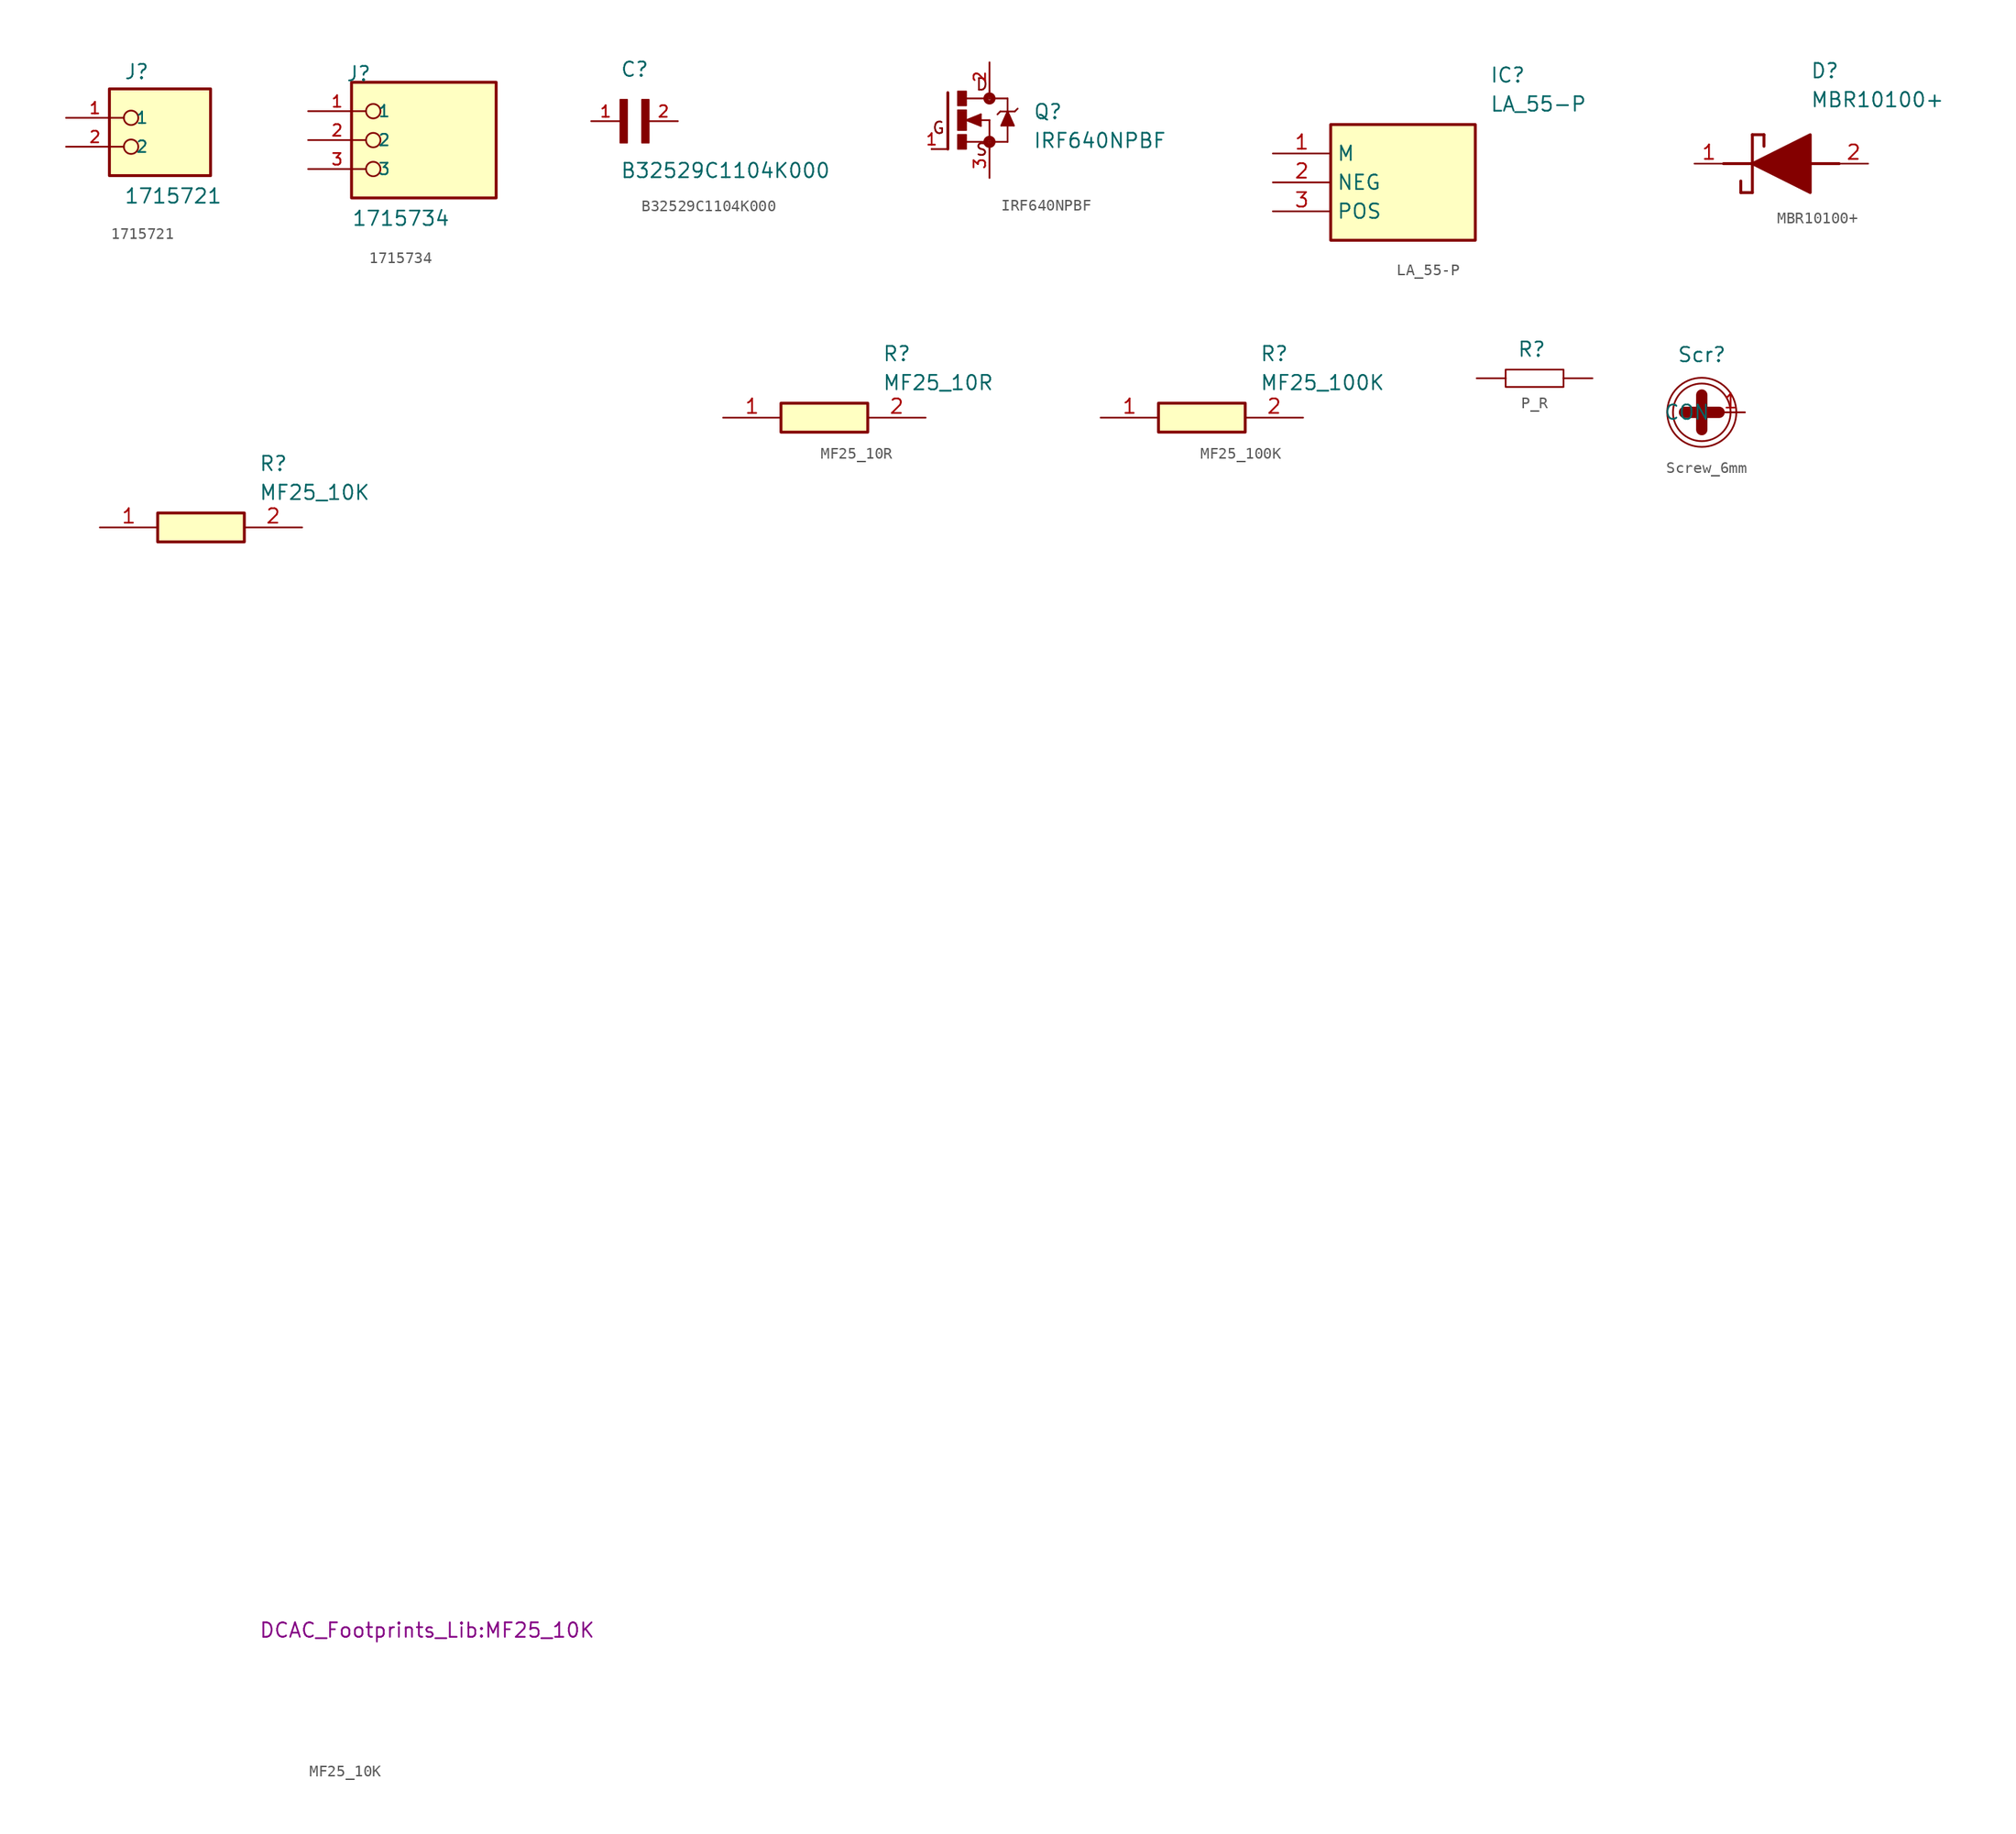
<source format=kicad_sym>
(kicad_symbol_lib
  (version 20231120)
  (generator "kicad_symbol_editor")
  (generator_version "8.0")
  (symbol "1715721"
    (pin_names
      (offset 1.016))
    (property "Reference" "J"
      (at -2.54 3.302 0)
      (effects (font (size 1.27 1.27)) (justify left bottom)))
    (property "Value" "1715721"
      (at -2.54 -7.62 0)
      (effects (font (size 1.27 1.27)) (justify left bottom)))
    (symbol "1715721_0_0"
      (rectangle (start -3.81 -5.08) (end 5.08 2.54) (stroke (width 0.254) (type default)) (fill (type background)))
      (circle (center -1.905 -2.54) (radius 0.635) (stroke (width 0.152) (type default)) (fill (type none)))
      (circle (center -1.905 0) (radius 0.635) (stroke (width 0.152) (type default)) (fill (type none)))
      (pin passive line (at -7.62 0 0) (length 5.08) (name "1" (effects (font (size 1.016 1.016)))) (number "1" (effects (font (size 1.016 1.016)))))
      (pin passive line (at -7.62 -2.54 0) (length 5.08) (name "2" (effects (font (size 1.016 1.016)))) (number "2" (effects (font (size 1.016 1.016)))))))
  (symbol "1715734"
    (pin_names
      (offset 1.016))
    (property "Reference" "J"
      (at -6.85 5.08 0)
      (effects (font (size 1.27 1.27)) (justify left bottom)))
    (property "Value" "1715734"
      (at -6.35 -7.62 0)
      (effects (font (size 1.27 1.27)) (justify left bottom)))
    (symbol "1715734_0_0"
      (rectangle (start -6.35 -5.08) (end 6.35 5.08) (stroke (width 0.254) (type default)) (fill (type background)))
      (circle (center -4.445 -2.54) (radius 0.635) (stroke (width 0.152) (type default)) (fill (type none)))
      (circle (center -4.445 0) (radius 0.635) (stroke (width 0.152) (type default)) (fill (type none)))
      (circle (center -4.445 2.54) (radius 0.635) (stroke (width 0.152) (type default)) (fill (type none)))
      (pin passive line (at -10.16 2.54 0) (length 5.08) (name "1" (effects (font (size 1.016 1.016)))) (number "1" (effects (font (size 1.016 1.016)))))
      (pin passive line (at -10.16 0 0) (length 5.08) (name "2" (effects (font (size 1.016 1.016)))) (number "2" (effects (font (size 1.016 1.016)))))
      (pin passive line (at -10.16 -2.54 0) (length 5.08) (name "3" (effects (font (size 1.016 1.016)))) (number "3" (effects (font (size 1.016 1.016)))))))
  (symbol "B32529C1104K000"
    (pin_names
      (offset 1.016))
    (property "Reference" "C"
      (at 0 3.811 0)
      (effects (font (size 1.27 1.27)) (justify left bottom)))
    (property "Value" "B32529C1104K000"
      (at 0 -5.088 0)
      (effects (font (size 1.27 1.27)) (justify left bottom)))
    (symbol "B32529C1104K000_0_0"
      (rectangle (start 0 -1.907) (end 0.635 1.905) (stroke (width 0.1) (type default)) (fill (type outline)))
      (rectangle (start 1.907 -1.907) (end 2.54 1.905) (stroke (width 0.1) (type default)) (fill (type outline)))
      (pin passive line (at -2.54 0 0) (length 2.54) (name "~" (effects (font (size 1.016 1.016)))) (number "1" (effects (font (size 1.016 1.016)))))
      (pin passive line (at 5.08 0 180) (length 2.54) (name "~" (effects (font (size 1.016 1.016)))) (number "2" (effects (font (size 1.016 1.016)))))))
  (symbol "IRF640NPBF"
    (pin_names
      (offset 1.016))
    (property "Reference" "Q"
      (at 6.361 0 0)
      (effects (font (size 1.27 1.27)) (justify left bottom)))
    (property "Value" "IRF640NPBF"
      (at 6.351 -2.54 0)
      (effects (font (size 1.27 1.27)) (justify left bottom)))
    (symbol "IRF640NPBF_0_0"
      (rectangle (start -0.254 -2.542) (end 0.508 -1.27) (stroke (width 0.1) (type default)) (fill (type outline)))
      (rectangle (start -0.254 -0.89) (end 0.508 0.889) (stroke (width 0.1) (type default)) (fill (type outline)))
      (rectangle (start -0.254 1.272) (end 0.508 2.54) (stroke (width 0.1) (type default)) (fill (type outline)))
      (polyline (pts (xy -1.118 -2.54) (xy -2.54 -2.54)) (stroke (width 0.152) (type default)) (fill (type none)))
      (polyline (pts (xy -1.118 2.413) (xy -1.118 -2.54)) (stroke (width 0.254) (type default)) (fill (type none)))
      (polyline (pts (xy 0.508 -1.905) (xy 2.54 -1.905)) (stroke (width 0.152) (type default)) (fill (type none)))
      (polyline (pts (xy 0.508 0) (xy 1.778 -0.508)) (stroke (width 0.152) (type default)) (fill (type none)))
      (polyline (pts (xy 0.762 0) (xy 1.651 -0.254)) (stroke (width 0.305) (type default)) (fill (type none)))
      (polyline (pts (xy 1.651 -0.254) (xy 1.651 0)) (stroke (width 0.305) (type default)) (fill (type none)))
      (polyline (pts (xy 1.651 0) (xy 1.397 0)) (stroke (width 0.305) (type default)) (fill (type none)))
      (polyline (pts (xy 1.651 0) (xy 2.54 0)) (stroke (width 0.152) (type default)) (fill (type none)))
      (polyline (pts (xy 1.651 0.254) (xy 0.762 0)) (stroke (width 0.305) (type default)) (fill (type none)))
      (polyline (pts (xy 1.778 -0.508) (xy 1.778 0.508)) (stroke (width 0.152) (type default)) (fill (type none)))
      (polyline (pts (xy 1.778 0.508) (xy 0.508 0)) (stroke (width 0.152) (type default)) (fill (type none)))
      (polyline (pts (xy 2.54 -1.905) (xy 2.54 -2.54)) (stroke (width 0.152) (type default)) (fill (type none)))
      (polyline (pts (xy 2.54 0) (xy 2.54 -1.905)) (stroke (width 0.152) (type default)) (fill (type none)))
      (polyline (pts (xy 2.54 1.905) (xy 0.533 1.905)) (stroke (width 0.152) (type default)) (fill (type none)))
      (polyline (pts (xy 2.54 1.905) (xy 4.128 1.905)) (stroke (width 0.152) (type default)) (fill (type none)))
      (polyline (pts (xy 2.54 2.54) (xy 2.54 1.905)) (stroke (width 0.152) (type default)) (fill (type none)))
      (polyline (pts (xy 3.493 0.762) (xy 3.239 0.508)) (stroke (width 0.152) (type default)) (fill (type none)))
      (polyline (pts (xy 3.493 0.762) (xy 4.128 0.762)) (stroke (width 0.152) (type default)) (fill (type none)))
      (polyline (pts (xy 3.572 -0.476) (xy 4.128 -0.476)) (stroke (width 0.152) (type default)) (fill (type none)))
      (polyline (pts (xy 4.128 -1.905) (xy 2.54 -1.905)) (stroke (width 0.152) (type default)) (fill (type none)))
      (polyline (pts (xy 4.128 -0.476) (xy 4.128 -1.905)) (stroke (width 0.152) (type default)) (fill (type none)))
      (polyline (pts (xy 4.128 -0.476) (xy 4.683 -0.476)) (stroke (width 0.152) (type default)) (fill (type none)))
      (polyline (pts (xy 4.128 0.762) (xy 3.572 -0.476)) (stroke (width 0.152) (type default)) (fill (type none)))
      (polyline (pts (xy 4.128 0.762) (xy 4.763 0.762)) (stroke (width 0.152) (type default)) (fill (type none)))
      (polyline (pts (xy 4.128 1.905) (xy 4.128 0.762)) (stroke (width 0.152) (type default)) (fill (type none)))
      (polyline (pts (xy 4.683 -0.476) (xy 4.128 0.762)) (stroke (width 0.152) (type default)) (fill (type none)))
      (polyline (pts (xy 4.763 0.762) (xy 5.016 1.016)) (stroke (width 0.152) (type default)) (fill (type none)))
      (polyline (pts (xy 4.128 0.635) (xy 3.651 -0.397) (xy 4.604 -0.397) (xy 4.128 0.635)) (stroke (width 0.152) (type default)) (fill (type outline)))
      (circle (center 2.54 -1.905) (radius 0.127) (stroke (width 0.406) (type default)) (fill (type none)))
      (circle (center 2.54 1.905) (radius 0.127) (stroke (width 0.406) (type default)) (fill (type none)))
      (text "D" (at 1.271 2.543 0) (effects (font (size 1.017 1.017)) (justify left bottom)))
      (text "G" (at -2.543 -1.272 0) (effects (font (size 1.017 1.017)) (justify left bottom)))
      (text "S" (at 1.272 -3.181 0) (effects (font (size 1.018 1.018)) (justify left bottom)))
      (pin passive line (at -2.54 -2.54 0) (length 0) (name "~" (effects (font (size 1.016 1.016)))) (number "1" (effects (font (size 1.016 1.016)))))
      (pin passive line (at 2.54 5.08 270) (length 2.54) (name "~" (effects (font (size 1.016 1.016)))) (number "2" (effects (font (size 1.016 1.016)))))
      (pin passive line (at 2.54 -5.08 90) (length 2.54) (name "~" (effects (font (size 1.016 1.016)))) (number "3" (effects (font (size 1.016 1.016)))))))
  (symbol "LA_55-P"
    (property "Reference" "IC"
      (at 19.05 7.62 0)
      (effects (font (size 1.27 1.27)) (justify left top)))
    (property "Value" "LA_55-P"
      (at 19.05 5.08 0)
      (effects (font (size 1.27 1.27)) (justify left top)))
    (symbol "LA_55-P_1_1"
      (rectangle (start 5.08 2.54) (end 17.78 -7.62) (stroke (width 0.254) (type default)) (fill (type background)))
      (pin passive line (at 0 0 0) (length 5.08) (name "M" (effects (font (size 1.27 1.27)))) (number "1" (effects (font (size 1.27 1.27)))))
      (pin passive line (at 0 -2.54 0) (length 5.08) (name "NEG" (effects (font (size 1.27 1.27)))) (number "2" (effects (font (size 1.27 1.27)))))
      (pin passive line (at 0 -5.08 0) (length 5.08) (name "POS" (effects (font (size 1.27 1.27)))) (number "3" (effects (font (size 1.27 1.27)))))))
  (symbol "MBR10100+"
    (pin_names hide)
    (property "Reference" "D"
      (at 2.54 8.89 0)
      (effects (font (size 1.27 1.27)) (justify left top)))
    (property "Value" "MBR10100+"
      (at 2.54 6.35 0)
      (effects (font (size 1.27 1.27)) (justify left top)))
    (symbol "MBR10100+_1_1"
      (polyline (pts (xy -5.08 0) (xy -2.54 0)) (stroke (width 0.254) (type default)) (fill (type none)))
      (polyline (pts (xy -3.556 -1.524) (xy -3.556 -2.54)) (stroke (width 0.254) (type default)) (fill (type none)))
      (polyline (pts (xy -2.54 -2.54) (xy -3.556 -2.54)) (stroke (width 0.254) (type default)) (fill (type none)))
      (polyline (pts (xy -2.54 2.54) (xy -2.54 -2.54)) (stroke (width 0.254) (type default)) (fill (type none)))
      (polyline (pts (xy -2.54 2.54) (xy -1.524 2.54)) (stroke (width 0.254) (type default)) (fill (type none)))
      (polyline (pts (xy -1.524 1.524) (xy -1.524 2.54)) (stroke (width 0.254) (type default)) (fill (type none)))
      (polyline (pts (xy 2.54 0) (xy 5.08 0)) (stroke (width 0.254) (type default)) (fill (type none)))
      (polyline (pts (xy -2.54 0) (xy 2.54 2.54) (xy 2.54 -2.54) (xy -2.54 0)) (stroke (width 0.254) (type default)) (fill (type outline)))
      (pin passive line (at -7.62 0 0) (length 2.54) (name "K" (effects (font (size 1.27 1.27)))) (number "1" (effects (font (size 1.27 1.27)))))
      (pin passive line (at 7.62 0 180) (length 2.54) (name "A" (effects (font (size 1.27 1.27)))) (number "2" (effects (font (size 1.27 1.27)))))))
  (symbol "MF25_10K"
    (pin_names hide)
    (property "Reference" "R"
      (at 13.97 6.35 0)
      (effects (font (size 1.27 1.27)) (justify left top)))
    (property "Value" "MF25_10K"
      (at 13.97 3.81 0)
      (effects (font (size 1.27 1.27)) (justify left top)))
    (property "Footprint" "DCAC_Footprints_Lib:MF25_10K"
      (at 13.97 -96.19 0)
      (effects (font (size 1.27 1.27)) (justify left top)))
    (symbol "MF25_10K_1_1"
      (rectangle (start 5.08 1.27) (end 12.7 -1.27) (stroke (width 0.254) (type default)) (fill (type background)))
      (pin passive line (at 0 0 0) (length 5.08) (name "1" (effects (font (size 1.27 1.27)))) (number "1" (effects (font (size 1.27 1.27)))))
      (pin passive line (at 17.78 0 180) (length 5.08) (name "2" (effects (font (size 1.27 1.27)))) (number "2" (effects (font (size 1.27 1.27)))))))
  (symbol "MF25_10R"
    (pin_names hide)
    (property "Reference" "R"
      (at 13.97 6.35 0)
      (effects (font (size 1.27 1.27)) (justify left top)))
    (property "Value" "MF25_10R"
      (at 13.97 3.81 0)
      (effects (font (size 1.27 1.27)) (justify left top)))
    (symbol "MF25_10R_1_1"
      (rectangle (start 5.08 1.27) (end 12.7 -1.27) (stroke (width 0.254) (type default)) (fill (type background)))
      (pin passive line (at 0 0 0) (length 5.08) (name "1" (effects (font (size 1.27 1.27)))) (number "1" (effects (font (size 1.27 1.27)))))
      (pin passive line (at 17.78 0 180) (length 5.08) (name "2" (effects (font (size 1.27 1.27)))) (number "2" (effects (font (size 1.27 1.27)))))))
  (symbol "MF25_100K"
    (pin_names hide)
    (property "Reference" "R"
      (at 13.97 6.35 0)
      (effects (font (size 1.27 1.27)) (justify left top)))
    (property "Value" "MF25_100K"
      (at 13.97 3.81 0)
      (effects (font (size 1.27 1.27)) (justify left top)))
    (symbol "MF25_100K_1_1"
      (rectangle (start 5.08 1.27) (end 12.7 -1.27) (stroke (width 0.254) (type default)) (fill (type background)))
      (pin passive line (at 0 0 0) (length 5.08) (name "1" (effects (font (size 1.27 1.27)))) (number "1" (effects (font (size 1.27 1.27)))))
      (pin passive line (at 17.78 0 180) (length 5.08) (name "2" (effects (font (size 1.27 1.27)))) (number "2" (effects (font (size 1.27 1.27)))))))
  (symbol "P_R"
    (property "Reference" "R"
      (at -0.254 2.54 0)
      (effects (font (size 1.27 1.27))))
    (property "Value" ""
      (at 0 0 0)
      (effects (font (size 1.27 1.27))))
    (symbol "P_R_0_1"
      (rectangle (start -2.54 0.762) (end 2.54 -0.762) (stroke (width 0) (type default)) (fill (type none))))
    (symbol "P_R_1_1"
      (pin passive line (at -5.08 0 0) (length 2.54) (name "" (effects (font (size 1.27 1.27)))) (number "" (effects (font (size 1.27 1.27)))))
      (pin passive line (at 5.08 0 180) (length 2.54) (name "" (effects (font (size 1.27 1.27)))) (number "" (effects (font (size 1.27 1.27)))))))
  (symbol "Screw_6mm"
    (property "Reference" "Scr"
      (at 0 5.08 0)
      (effects (font (size 1.27 1.27))))
    (property "Value" ""
      (at 0 0 0)
      (effects (font (size 1.27 1.27))))
    (symbol "Screw_6mm_0_1"
      (polyline (pts (xy -1.524 0) (xy 1.524 0)) (stroke (width 1) (type default)) (fill (type none)))
      (polyline (pts (xy 0 1.524) (xy 0 -1.524)) (stroke (width 1) (type default)) (fill (type none)))
      (circle (center 0 0) (radius 2.54) (stroke (width 0) (type default)) (fill (type none)))
      (circle (center 0 0) (radius 3.048) (stroke (width 0) (type default)) (fill (type none))))
    (symbol "Screw_6mm_1_1"
      (pin input line (at 3.81 0 180) (length 2.54) (name "CON" (effects (font (size 1.27 1.27)))) (number "1" (effects (font (size 1.27 1.27))))))))
</source>
